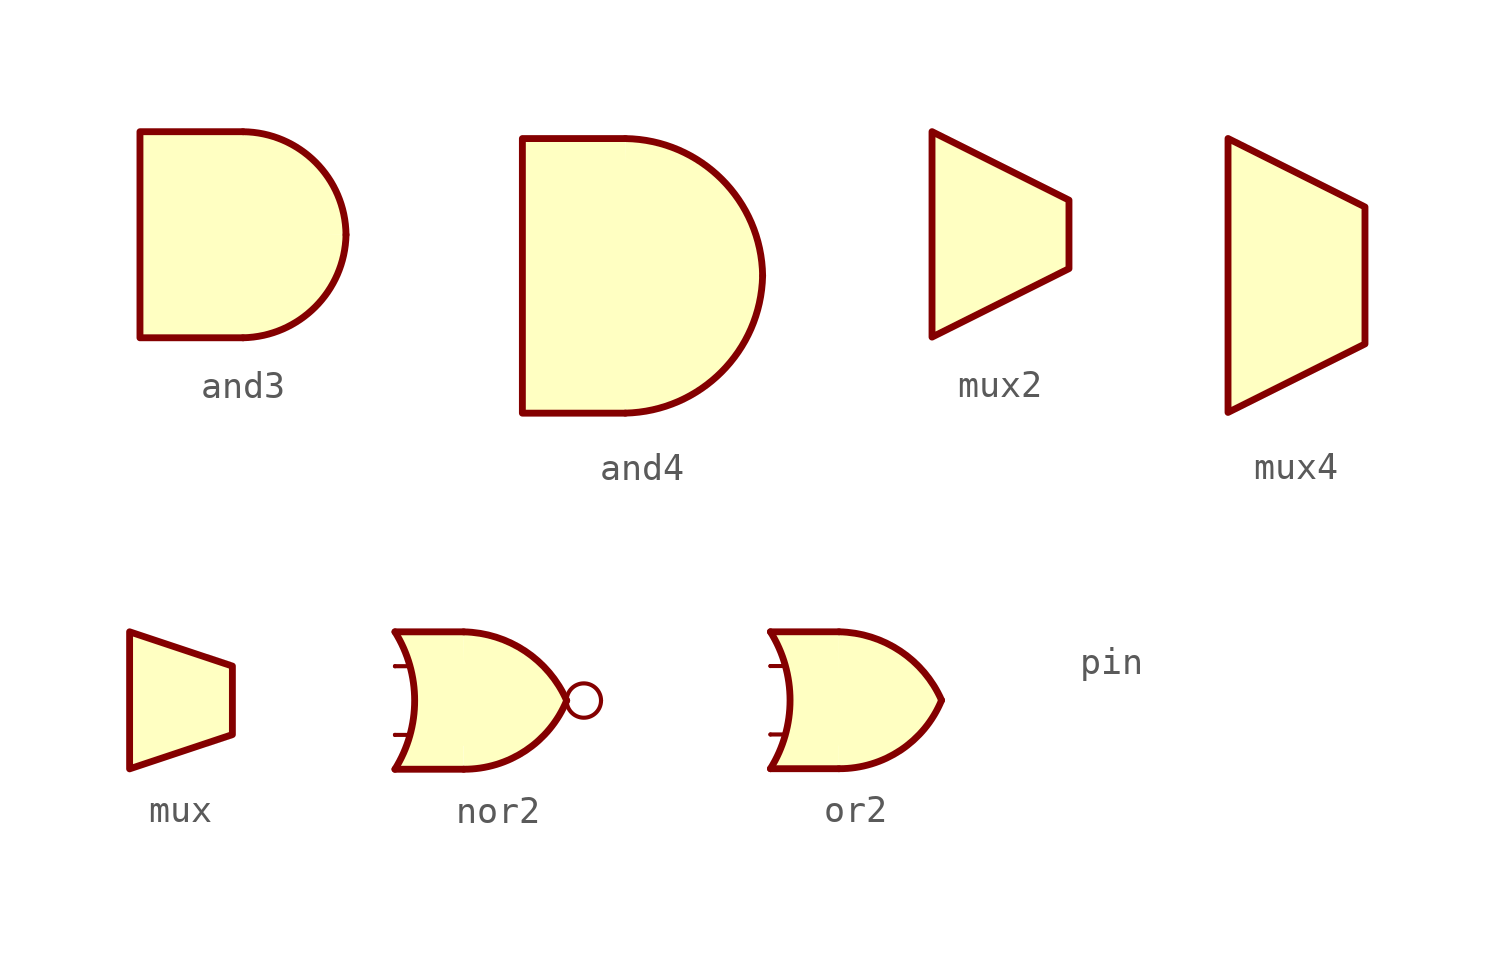
<source format=kicad_sym>
(kicad_symbol_lib
  (version 20211014)
  (generator kicad_symbol_editor)
  (symbol "and3"
    (pin_numbers hide)
    (pin_names
      (offset 1.016) hide)
    (property "Reference" "U"
      (at 0 2.54 0)
      (effects (font (size 1.27 1.27)) hide))
    (symbol "and3_0_1"
      (polyline (pts (xy 1.27 -3.81) (xy -2.54 -3.81) (xy -2.54 3.81) (xy 1.27 3.81)) (stroke (width 0.254) (type default) (color 0 0 0 0)) (fill (type background))))
    (symbol "and3_1_0"
      (arc (start 1.27 -3.81) (mid 3.9409 -2.6709) (end 5.08 0) (stroke (width 0.254) (type default) (color 0 0 0 0)) (fill (type background)))
      (arc (start 5.08 0) (mid 3.9528 2.6828) (end 1.27 3.81) (stroke (width 0.254) (type default) (color 0 0 0 0)) (fill (type background)))
      (pin input line (at -2.54 2.54 0) (length 0) (name "~" (effects (font (size 1.27 1.27)))) (number "1" (effects (font (size 1.27 1.27)))))
      (pin input line (at -2.54 -2.54 0) (length 0) (name "~" (effects (font (size 1.27 1.27)))) (number "2" (effects (font (size 1.27 1.27)))))
      (pin input line (at -2.54 0 0) (length 0) (name "~" (effects (font (size 1.27 1.27)))) (number "2" (effects (font (size 1.27 1.27)))))
      (pin output line (at 5.08 0 180) (length 0) (name "~" (effects (font (size 1.27 1.27)))) (number "3" (effects (font (size 1.27 1.27)))))))
  (symbol "and4"
    (pin_numbers hide)
    (pin_names
      (offset 1.016) hide)
    (property "Reference" "U"
      (at 0 3.81 0)
      (effects (font (size 1.27 1.27)) hide))
    (symbol "and4_0_1"
      (polyline (pts (xy 1.27 -5.08) (xy -2.54 -5.08) (xy -2.54 5.08) (xy 1.27 5.08)) (stroke (width 0.254) (type default) (color 0 0 0 0)) (fill (type background))))
    (symbol "and4_1_0"
      (arc (start 1.27 -5.08) (mid 4.8281 -3.5581) (end 6.35 0) (stroke (width 0.254) (type default) (color 0 0 0 0)) (fill (type background)))
      (arc (start 6.35 0) (mid 4.8417 3.5717) (end 1.27 5.08) (stroke (width 0.254) (type default) (color 0 0 0 0)) (fill (type background)))
      (pin input line (at -2.54 3.81 0) (length 0) (name "~" (effects (font (size 1.27 1.27)))) (number "1" (effects (font (size 1.27 1.27)))))
      (pin input line (at -2.54 -3.81 0) (length 0) (name "~" (effects (font (size 1.27 1.27)))) (number "2" (effects (font (size 1.27 1.27)))))
      (pin input line (at -2.54 -1.27 0) (length 0) (name "~" (effects (font (size 1.27 1.27)))) (number "2" (effects (font (size 1.27 1.27)))))
      (pin input line (at -2.54 1.27 0) (length 0) (name "~" (effects (font (size 1.27 1.27)))) (number "2" (effects (font (size 1.27 1.27)))))
      (pin output line (at 6.35 0 180) (length 0) (name "~" (effects (font (size 1.27 1.27)))) (number "3" (effects (font (size 1.27 1.27)))))))
  (symbol "mux2"
    (pin_numbers hide)
    (pin_names hide)
    (property "Reference" "U"
      (at 0 2.54 0)
      (effects (font (size 1.27 1.27)) hide))
    (symbol "mux2_0_1"
      (polyline (pts (xy -2.54 3.81) (xy -2.54 -3.81) (xy 2.54 -1.27) (xy 2.54 1.27) (xy -2.54 3.81)) (stroke (width 0.254) (type default) (color 0 0 0 0)) (fill (type background))))
    (symbol "mux2_1_1"
      (pin input line (at -2.54 -1.27 0) (length 0) hide (name "A" (effects (font (size 1.27 1.27)))) (number "" (effects (font (size 1.27 1.27)))))
      (pin input line (at -2.54 1.27 0) (length 0) hide (name "B" (effects (font (size 1.27 1.27)))) (number "" (effects (font (size 1.27 1.27)))))
      (pin output line (at 2.54 0 180) (length 0) hide (name "Y" (effects (font (size 1.27 1.27)))) (number "" (effects (font (size 1.27 1.27)))))))
  (symbol "mux4"
    (pin_numbers hide)
    (pin_names hide)
    (property "Reference" "U"
      (at 0 2.54 0)
      (effects (font (size 1.27 1.27)) hide))
    (symbol "mux4_0_1"
      (polyline (pts (xy -2.54 5.08) (xy -2.54 -5.08) (xy 2.54 -2.54) (xy 2.54 2.54) (xy -2.54 5.08)) (stroke (width 0.254) (type default) (color 0 0 0 0)) (fill (type background))))
    (symbol "mux4_1_1"
      (pin input line (at -2.54 -1.27 0) (length 0) hide (name "A" (effects (font (size 1.27 1.27)))) (number "" (effects (font (size 1.27 1.27)))))
      (pin input line (at -2.54 3.81 0) (length 0) hide (name "A" (effects (font (size 1.27 1.27)))) (number "" (effects (font (size 1.27 1.27)))))
      (pin input line (at -2.54 -3.81 0) (length 0) hide (name "B" (effects (font (size 1.27 1.27)))) (number "" (effects (font (size 1.27 1.27)))))
      (pin input line (at -2.54 1.27 0) (length 0) hide (name "B" (effects (font (size 1.27 1.27)))) (number "" (effects (font (size 1.27 1.27)))))
      (pin output line (at 2.54 0 180) (length 0) hide (name "Y" (effects (font (size 1.27 1.27)))) (number "" (effects (font (size 1.27 1.27)))))))
  (symbol "mux"
    (pin_numbers hide)
    (pin_names hide)
    (property "Reference" "U"
      (at 2.54 2.54 0)
      (effects (font (size 1.27 1.27)) hide))
    (symbol "mux_0_1"
      (polyline (pts (xy 0 2.54) (xy 0 -2.54) (xy 3.81 -1.27) (xy 3.81 1.27) (xy 0 2.54)) (stroke (width 0.254) (type default) (color 0 0 0 0)) (fill (type background))))
    (symbol "mux_1_1"
      (pin input line (at 0 1.27 0) (length 0) hide (name "A" (effects (font (size 1.27 1.27)))) (number "" (effects (font (size 1.27 1.27)))))
      (pin input line (at 0 -1.27 0) (length 0) hide (name "B" (effects (font (size 1.27 1.27)))) (number "" (effects (font (size 1.27 1.27)))))
      (pin output line (at 3.81 0 180) (length 0) hide (name "Y" (effects (font (size 1.27 1.27)))) (number "" (effects (font (size 1.27 1.27)))))))
  (symbol "nor2"
    (pin_numbers hide)
    (pin_names
      (offset 1.016) hide)
    (property "Reference" "U"
      (at 0 1.27 0)
      (effects (font (size 1.27 1.27)) hide))
    (symbol "nor2_0_1"
      (polyline (pts (xy -2.54 -1.27) (xy -2.032 -1.27)) (stroke (width 0.152) (type default) (color 0 0 0 0)) (fill (type none)))
      (polyline (pts (xy -2.54 1.27) (xy -2.032 1.27)) (stroke (width 0.152) (type default) (color 0 0 0 0)) (fill (type none)))
      (circle (center 4.445 0) (radius 0.635) (stroke (width 0) (type default) (color 0 0 0 0)) (fill (type none))))
    (symbol "nor2_1_0"
      (arc (start -2.54 -2.54) (mid -1.8121 0) (end -2.54 2.54) (stroke (width 0.254) (type default) (color 0 0 0 0)) (fill (type none)))
      (arc (start 0 -2.54) (mid 2.2927 -1.8515) (end 3.81 0) (stroke (width 0.254) (type default) (color 0 0 0 0)) (fill (type background)))
      (polyline (pts (xy -2.54 -2.54) (xy 0 -2.54)) (stroke (width 0.254) (type default) (color 0 0 0 0)) (fill (type background)))
      (polyline (pts (xy -2.54 2.54) (xy 0 2.54)) (stroke (width 0.254) (type default) (color 0 0 0 0)) (fill (type background)))
      (polyline (pts (xy 0 2.54) (xy -2.54 2.54) (xy -2.286 2.032) (xy -2.032 1.27) (xy -1.778 0) (xy -1.905 -1.143) (xy -2.286 -2.032) (xy -2.54 -2.54) (xy 0 -2.54)) (stroke (width -25.4) (type default) (color 0 0 0 0)) (fill (type background)))
      (arc (start 3.81 0) (mid 2.2762 1.8268) (end 0 2.54) (stroke (width 0.254) (type default) (color 0 0 0 0)) (fill (type background)))
      (pin input line (at -2.54 1.27 0) (length 0) (name "~" (effects (font (size 1.27 1.27)))) (number "1" (effects (font (size 1.27 1.27)))))
      (pin input line (at -2.54 -1.27 0) (length 0) (name "~" (effects (font (size 1.27 1.27)))) (number "2" (effects (font (size 1.27 1.27)))))
      (pin output line (at 5.08 0 180) (length 0) (name "~" (effects (font (size 1.27 1.27)))) (number "3" (effects (font (size 1.27 1.27)))))))
  (symbol "or2"
    (pin_numbers hide)
    (pin_names
      (offset 1.016) hide)
    (property "Reference" "U"
      (at 0 1.27 0)
      (effects (font (size 1.27 1.27)) hide))
    (symbol "or2_0_1"
      (polyline (pts (xy -2.54 -1.27) (xy -2.032 -1.27)) (stroke (width 0.152) (type default) (color 0 0 0 0)) (fill (type none)))
      (polyline (pts (xy -2.54 1.27) (xy -2.032 1.27)) (stroke (width 0.152) (type default) (color 0 0 0 0)) (fill (type none))))
    (symbol "or2_1_0"
      (arc (start -2.54 -2.54) (mid -1.8121 0) (end -2.54 2.54) (stroke (width 0.254) (type default) (color 0 0 0 0)) (fill (type none)))
      (arc (start 0 -2.54) (mid 2.2927 -1.8515) (end 3.81 0) (stroke (width 0.254) (type default) (color 0 0 0 0)) (fill (type background)))
      (polyline (pts (xy -2.54 -2.54) (xy 0 -2.54)) (stroke (width 0.254) (type default) (color 0 0 0 0)) (fill (type background)))
      (polyline (pts (xy -2.54 2.54) (xy 0 2.54)) (stroke (width 0.254) (type default) (color 0 0 0 0)) (fill (type background)))
      (polyline (pts (xy 0 2.54) (xy -2.54 2.54) (xy -2.286 2.032) (xy -2.032 1.27) (xy -1.778 0) (xy -1.905 -1.143) (xy -2.286 -2.032) (xy -2.54 -2.54) (xy 0 -2.54)) (stroke (width -25.4) (type default) (color 0 0 0 0)) (fill (type background)))
      (arc (start 3.81 0) (mid 2.2762 1.8268) (end 0 2.54) (stroke (width 0.254) (type default) (color 0 0 0 0)) (fill (type background)))
      (pin input line (at -2.54 1.27 0) (length 0) (name "~" (effects (font (size 1.27 1.27)))) (number "1" (effects (font (size 1.27 1.27)))))
      (pin input line (at -2.54 -1.27 0) (length 0) (name "~" (effects (font (size 1.27 1.27)))) (number "2" (effects (font (size 1.27 1.27)))))
      (pin output line (at 3.81 0 180) (length 0) (name "~" (effects (font (size 1.27 1.27)))) (number "3" (effects (font (size 1.27 1.27)))))))
  (symbol "pin"
    (property "Reference" "U"
      (at 0 0 0)
      (effects (font (size 1.27 1.27)) hide))
    (symbol "pin_1_1"
      (pin bidirectional line (at 0 0 180) (length 0) hide (name "X" (effects (font (size 1.27 1.27)))) (number "" (effects (font (size 1.27 1.27))))))))
</source>
